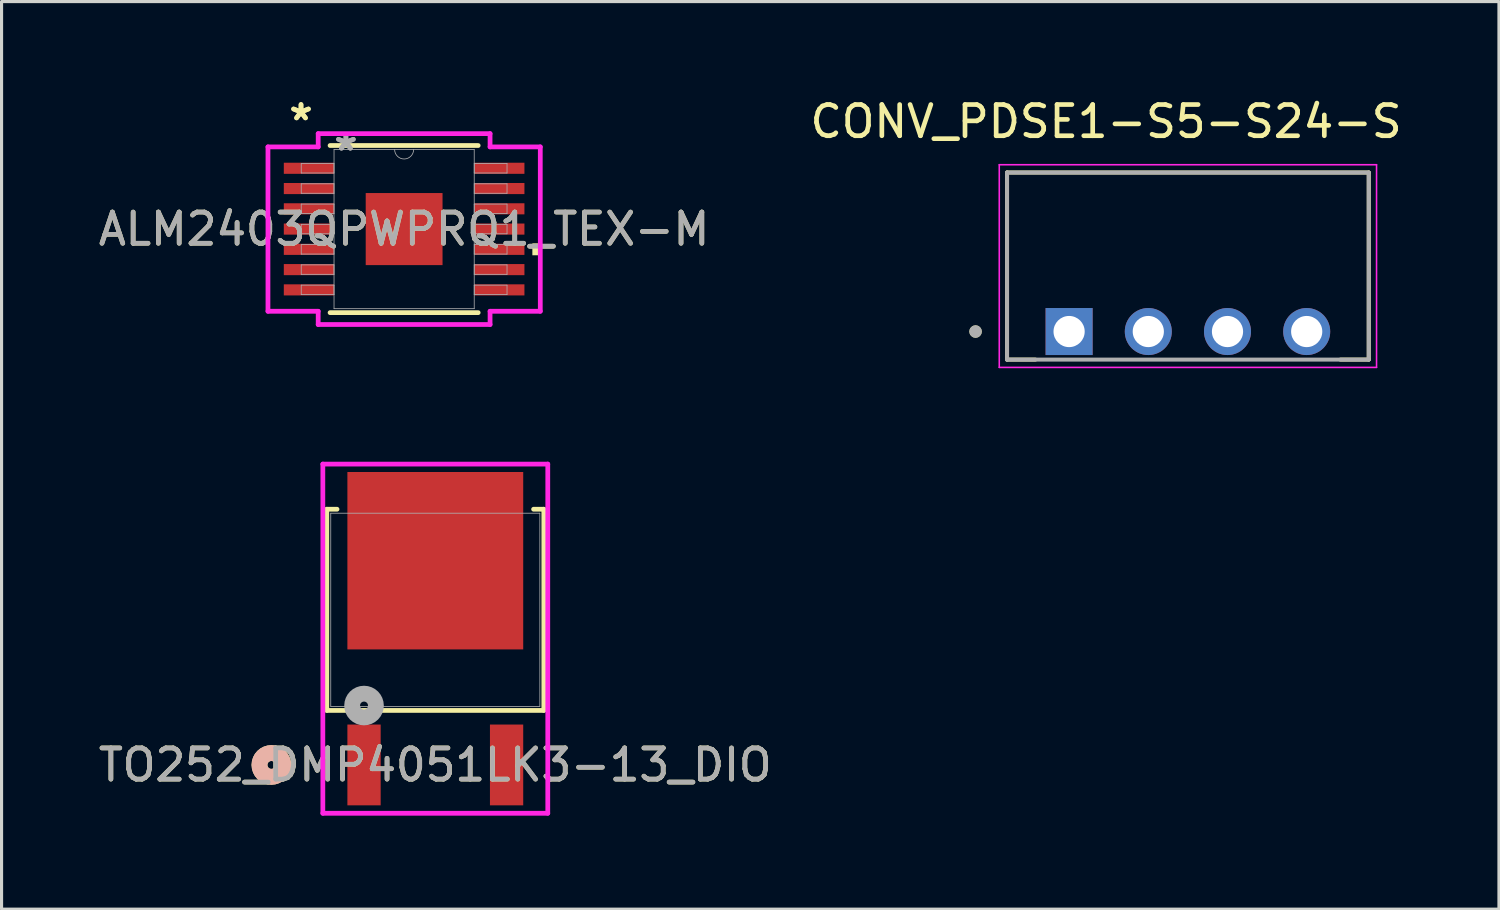
<source format=kicad_pcb>
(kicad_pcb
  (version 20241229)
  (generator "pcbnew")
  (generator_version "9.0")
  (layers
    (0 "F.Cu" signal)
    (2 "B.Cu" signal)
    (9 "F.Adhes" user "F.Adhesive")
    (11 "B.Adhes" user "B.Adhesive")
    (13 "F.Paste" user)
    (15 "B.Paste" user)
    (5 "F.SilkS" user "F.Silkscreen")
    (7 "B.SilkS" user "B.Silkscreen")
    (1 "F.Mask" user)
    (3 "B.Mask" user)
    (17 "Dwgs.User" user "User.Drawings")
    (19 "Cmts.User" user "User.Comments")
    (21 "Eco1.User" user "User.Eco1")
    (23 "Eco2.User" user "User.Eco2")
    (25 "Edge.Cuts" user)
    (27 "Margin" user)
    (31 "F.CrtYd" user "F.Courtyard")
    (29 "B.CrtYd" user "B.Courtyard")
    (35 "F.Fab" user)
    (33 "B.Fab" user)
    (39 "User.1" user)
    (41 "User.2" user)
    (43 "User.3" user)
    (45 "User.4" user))
  (footprint "ALM2403QPWPRQ1_TEX-M"
    (layer "F.Cu")
    (at 9.911 4.297)
    (property "Reference" "ALM2403QPWPRQ1_TEX-M" (at 0 0 0) (unlocked yes) (layer "F.SilkS") (effects (font (size 1 1) (thickness 0.15))))
    (attr smd)
    (fp_line (start -2.375 2.68) (end 2.375 2.68) (stroke (width 0.152) (type solid)) (layer "F.SilkS"))
    (fp_line (start 2.375 -2.68) (end -2.375 -2.68) (stroke (width 0.152) (type solid)) (layer "F.SilkS"))
    (fp_poly (pts (xy 4.367 0.459) (xy 4.367 0.84) (xy 4.113 0.84) (xy 4.113 0.459)) (stroke (width 0) (type solid)) (fill yes) (layer "F.SilkS"))
    (fp_line (start -4.367 -2.636) (end -2.756 -2.636) (stroke (width 0.152) (type solid)) (layer "F.CrtYd"))
    (fp_line (start -4.367 2.636) (end -4.367 -2.636) (stroke (width 0.152) (type solid)) (layer "F.CrtYd"))
    (fp_line (start -4.367 2.636) (end -2.756 2.636) (stroke (width 0.152) (type solid)) (layer "F.CrtYd"))
    (fp_line (start -2.756 -3.061) (end 2.756 -3.061) (stroke (width 0.152) (type solid)) (layer "F.CrtYd"))
    (fp_line (start -2.756 -2.636) (end -2.756 -3.061) (stroke (width 0.152) (type solid)) (layer "F.CrtYd"))
    (fp_line (start -2.756 3.061) (end -2.756 2.636) (stroke (width 0.152) (type solid)) (layer "F.CrtYd"))
    (fp_line (start 2.756 -3.061) (end 2.756 -2.636) (stroke (width 0.152) (type solid)) (layer "F.CrtYd"))
    (fp_line (start 2.756 2.636) (end 2.756 3.061) (stroke (width 0.152) (type solid)) (layer "F.CrtYd"))
    (fp_line (start 2.756 3.061) (end -2.756 3.061) (stroke (width 0.152) (type solid)) (layer "F.CrtYd"))
    (fp_line (start 4.367 -2.636) (end 2.756 -2.636) (stroke (width 0.152) (type solid)) (layer "F.CrtYd"))
    (fp_line (start 4.367 -2.636) (end 4.367 2.636) (stroke (width 0.152) (type solid)) (layer "F.CrtYd"))
    (fp_line (start 4.367 2.636) (end 2.756 2.636) (stroke (width 0.152) (type solid)) (layer "F.CrtYd"))
    (fp_line (start -3.3 -2.102) (end -3.3 -1.798) (stroke (width 0.025) (type solid)) (layer "F.Fab"))
    (fp_line (start -3.3 -1.798) (end -2.248 -1.798) (stroke (width 0.025) (type solid)) (layer "F.Fab"))
    (fp_line (start -3.3 -1.452) (end -3.3 -1.148) (stroke (width 0.025) (type solid)) (layer "F.Fab"))
    (fp_line (start -3.3 -1.148) (end -2.248 -1.148) (stroke (width 0.025) (type solid)) (layer "F.Fab"))
    (fp_line (start -3.3 -0.802) (end -3.3 -0.498) (stroke (width 0.025) (type solid)) (layer "F.Fab"))
    (fp_line (start -3.3 -0.498) (end -2.248 -0.498) (stroke (width 0.025) (type solid)) (layer "F.Fab"))
    (fp_line (start -3.3 -0.152) (end -3.3 0.152) (stroke (width 0.025) (type solid)) (layer "F.Fab"))
    (fp_line (start -3.3 0.152) (end -2.248 0.152) (stroke (width 0.025) (type solid)) (layer "F.Fab"))
    (fp_line (start -3.3 0.498) (end -3.3 0.802) (stroke (width 0.025) (type solid)) (layer "F.Fab"))
    (fp_line (start -3.3 0.802) (end -2.248 0.802) (stroke (width 0.025) (type solid)) (layer "F.Fab"))
    (fp_line (start -3.3 1.148) (end -3.3 1.452) (stroke (width 0.025) (type solid)) (layer "F.Fab"))
    (fp_line (start -3.3 1.452) (end -2.248 1.452) (stroke (width 0.025) (type solid)) (layer "F.Fab"))
    (fp_line (start -3.3 1.798) (end -3.3 2.102) (stroke (width 0.025) (type solid)) (layer "F.Fab"))
    (fp_line (start -3.3 2.102) (end -2.248 2.102) (stroke (width 0.025) (type solid)) (layer "F.Fab"))
    (fp_line (start -2.248 -2.553) (end -2.248 2.553) (stroke (width 0.025) (type solid)) (layer "F.Fab"))
    (fp_line (start -2.248 -2.102) (end -3.3 -2.102) (stroke (width 0.025) (type solid)) (layer "F.Fab"))
    (fp_line (start -2.248 -1.798) (end -2.248 -2.102) (stroke (width 0.025) (type solid)) (layer "F.Fab"))
    (fp_line (start -2.248 -1.452) (end -3.3 -1.452) (stroke (width 0.025) (type solid)) (layer "F.Fab"))
    (fp_line (start -2.248 -1.148) (end -2.248 -1.452) (stroke (width 0.025) (type solid)) (layer "F.Fab"))
    (fp_line (start -2.248 -0.802) (end -3.3 -0.802) (stroke (width 0.025) (type solid)) (layer "F.Fab"))
    (fp_line (start -2.248 -0.498) (end -2.248 -0.802) (stroke (width 0.025) (type solid)) (layer "F.Fab"))
    (fp_line (start -2.248 -0.152) (end -3.3 -0.152) (stroke (width 0.025) (type solid)) (layer "F.Fab"))
    (fp_line (start -2.248 0.152) (end -2.248 -0.152) (stroke (width 0.025) (type solid)) (layer "F.Fab"))
    (fp_line (start -2.248 0.498) (end -3.3 0.498) (stroke (width 0.025) (type solid)) (layer "F.Fab"))
    (fp_line (start -2.248 0.802) (end -2.248 0.498) (stroke (width 0.025) (type solid)) (layer "F.Fab"))
    (fp_line (start -2.248 1.148) (end -3.3 1.148) (stroke (width 0.025) (type solid)) (layer "F.Fab"))
    (fp_line (start -2.248 1.452) (end -2.248 1.148) (stroke (width 0.025) (type solid)) (layer "F.Fab"))
    (fp_line (start -2.248 1.798) (end -3.3 1.798) (stroke (width 0.025) (type solid)) (layer "F.Fab"))
    (fp_line (start -2.248 2.102) (end -2.248 1.798) (stroke (width 0.025) (type solid)) (layer "F.Fab"))
    (fp_line (start -2.248 2.553) (end 2.248 2.553) (stroke (width 0.025) (type solid)) (layer "F.Fab"))
    (fp_line (start 2.248 -2.553) (end -2.248 -2.553) (stroke (width 0.025) (type solid)) (layer "F.Fab"))
    (fp_line (start 2.248 -2.102) (end 2.248 -1.798) (stroke (width 0.025) (type solid)) (layer "F.Fab"))
    (fp_line (start 2.248 -1.798) (end 3.3 -1.798) (stroke (width 0.025) (type solid)) (layer "F.Fab"))
    (fp_line (start 2.248 -1.452) (end 2.248 -1.148) (stroke (width 0.025) (type solid)) (layer "F.Fab"))
    (fp_line (start 2.248 -1.148) (end 3.3 -1.148) (stroke (width 0.025) (type solid)) (layer "F.Fab"))
    (fp_line (start 2.248 -0.802) (end 2.248 -0.498) (stroke (width 0.025) (type solid)) (layer "F.Fab"))
    (fp_line (start 2.248 -0.498) (end 3.3 -0.498) (stroke (width 0.025) (type solid)) (layer "F.Fab"))
    (fp_line (start 2.248 -0.152) (end 2.248 0.152) (stroke (width 0.025) (type solid)) (layer "F.Fab"))
    (fp_line (start 2.248 0.152) (end 3.3 0.152) (stroke (width 0.025) (type solid)) (layer "F.Fab"))
    (fp_line (start 2.248 0.498) (end 2.248 0.802) (stroke (width 0.025) (type solid)) (layer "F.Fab"))
    (fp_line (start 2.248 0.802) (end 3.3 0.802) (stroke (width 0.025) (type solid)) (layer "F.Fab"))
    (fp_line (start 2.248 1.148) (end 2.248 1.452) (stroke (width 0.025) (type solid)) (layer "F.Fab"))
    (fp_line (start 2.248 1.452) (end 3.3 1.452) (stroke (width 0.025) (type solid)) (layer "F.Fab"))
    (fp_line (start 2.248 1.798) (end 2.248 2.102) (stroke (width 0.025) (type solid)) (layer "F.Fab"))
    (fp_line (start 2.248 2.102) (end 3.3 2.102) (stroke (width 0.025) (type solid)) (layer "F.Fab"))
    (fp_line (start 2.248 2.553) (end 2.248 -2.553) (stroke (width 0.025) (type solid)) (layer "F.Fab"))
    (fp_line (start 3.3 -2.102) (end 2.248 -2.102) (stroke (width 0.025) (type solid)) (layer "F.Fab"))
    (fp_line (start 3.3 -1.798) (end 3.3 -2.102) (stroke (width 0.025) (type solid)) (layer "F.Fab"))
    (fp_line (start 3.3 -1.452) (end 2.248 -1.452) (stroke (width 0.025) (type solid)) (layer "F.Fab"))
    (fp_line (start 3.3 -1.148) (end 3.3 -1.452) (stroke (width 0.025) (type solid)) (layer "F.Fab"))
    (fp_line (start 3.3 -0.802) (end 2.248 -0.802) (stroke (width 0.025) (type solid)) (layer "F.Fab"))
    (fp_line (start 3.3 -0.498) (end 3.3 -0.802) (stroke (width 0.025) (type solid)) (layer "F.Fab"))
    (fp_line (start 3.3 -0.152) (end 2.248 -0.152) (stroke (width 0.025) (type solid)) (layer "F.Fab"))
    (fp_line (start 3.3 0.152) (end 3.3 -0.152) (stroke (width 0.025) (type solid)) (layer "F.Fab"))
    (fp_line (start 3.3 0.498) (end 2.248 0.498) (stroke (width 0.025) (type solid)) (layer "F.Fab"))
    (fp_line (start 3.3 0.802) (end 3.3 0.498) (stroke (width 0.025) (type solid)) (layer "F.Fab"))
    (fp_line (start 3.3 1.148) (end 2.248 1.148) (stroke (width 0.025) (type solid)) (layer "F.Fab"))
    (fp_line (start 3.3 1.452) (end 3.3 1.148) (stroke (width 0.025) (type solid)) (layer "F.Fab"))
    (fp_line (start 3.3 1.798) (end 2.248 1.798) (stroke (width 0.025) (type solid)) (layer "F.Fab"))
    (fp_line (start 3.3 2.102) (end 3.3 1.798) (stroke (width 0.025) (type solid)) (layer "F.Fab"))
    (fp_arc (start 0.3048 -2.5527) (mid 0 -2.2479) (end -0.3048 -2.5527) (stroke (width 0.0254) (type solid)) (layer "F.Fab"))
    (fp_text user "*" (at -3.307 -3.449 0) (unlocked yes) (layer "F.SilkS") (effects (font (size 1 1) (thickness 0.15))))
    (fp_text user "*" (at -3.307 -3.449 0) (layer "F.SilkS") (effects (font (size 1 1) (thickness 0.15))))
    (fp_text user "*" (at -1.867 -2.477 0) (layer "F.Fab") (effects (font (size 1 1) (thickness 0.15))))
    (fp_text user "*" (at -1.867 -2.477 0) (unlocked yes) (layer "F.Fab") (effects (font (size 1 1) (thickness 0.15))))
    (fp_text user "${REFERENCE}" (at 0 0 0) (unlocked yes) (layer "F.Fab") (effects (font (size 1 1) (thickness 0.15))))
    (pad "1" smd rect (at -3.053 -1.95) (size 1.611 0.356) (layers "F.Cu" "F.Mask" "F.Paste"))
    (pad "2" smd rect (at -3.053 -1.3) (size 1.611 0.356) (layers "F.Cu" "F.Mask" "F.Paste"))
    (pad "3" smd rect (at -3.053 -0.65) (size 1.611 0.356) (layers "F.Cu" "F.Mask" "F.Paste"))
    (pad "4" smd rect (at -3.053 0) (size 1.611 0.356) (layers "F.Cu" "F.Mask" "F.Paste"))
    (pad "5" smd rect (at -3.053 0.65) (size 1.611 0.356) (layers "F.Cu" "F.Mask" "F.Paste"))
    (pad "6" smd rect (at -3.053 1.3) (size 1.611 0.356) (layers "F.Cu" "F.Mask" "F.Paste"))
    (pad "7" smd rect (at -3.053 1.95) (size 1.611 0.356) (layers "F.Cu" "F.Mask" "F.Paste"))
    (pad "8" smd rect (at 3.053 1.95) (size 1.611 0.356) (layers "F.Cu" "F.Mask" "F.Paste"))
    (pad "9" smd rect (at 3.053 1.3) (size 1.611 0.356) (layers "F.Cu" "F.Mask" "F.Paste"))
    (pad "10" smd rect (at 3.053 0.65) (size 1.611 0.356) (layers "F.Cu" "F.Mask" "F.Paste"))
    (pad "11" smd rect (at 3.053 0) (size 1.611 0.356) (layers "F.Cu" "F.Mask" "F.Paste"))
    (pad "12" smd rect (at 3.053 -0.65) (size 1.611 0.356) (layers "F.Cu" "F.Mask" "F.Paste"))
    (pad "13" smd rect (at 3.053 -1.3) (size 1.611 0.356) (layers "F.Cu" "F.Mask" "F.Paste"))
    (pad "14" smd rect (at 3.053 -1.95) (size 1.611 0.356) (layers "F.Cu" "F.Mask" "F.Paste"))
    (pad "EPAD" smd rect (at 0 0) (size 2.464 2.311) (layers "F.Cu" "F.Mask" "F.Paste")))
  (footprint "TO252_DMP4051LK3-13_DIO"
    (layer "F.Cu")
    (at 10.911 16.508)
    (property "Reference" "TO252_DMP4051LK3-13_DIO" (at 0 4.975 0) (unlocked yes) (layer "F.SilkS") (effects (font (size 1 1) (thickness 0.15))))
    (attr smd)
    (fp_line (start -3.48 -3.226) (end -3.48 3.226) (stroke (width 0.152) (type solid)) (layer "F.SilkS"))
    (fp_line (start -3.48 3.226) (end 3.48 3.226) (stroke (width 0.152) (type solid)) (layer "F.SilkS"))
    (fp_line (start -3.152 -3.226) (end -3.48 -3.226) (stroke (width 0.152) (type solid)) (layer "F.SilkS"))
    (fp_line (start 3.48 -3.226) (end 3.152 -3.226) (stroke (width 0.152) (type solid)) (layer "F.SilkS"))
    (fp_line (start 3.48 3.226) (end 3.48 -3.226) (stroke (width 0.152) (type solid)) (layer "F.SilkS"))
    (fp_circle (center -5.258 4.975) (end -4.877 4.975) (stroke (width 0.508) (type solid)) (fill no) (layer "F.SilkS"))
    (fp_circle (center -5.258 4.975) (end -4.877 4.975) (stroke (width 0.508) (type solid)) (fill no) (layer "B.SilkS"))
    (fp_line (start -3.607 -4.674) (end -3.607 6.525) (stroke (width 0.152) (type solid)) (layer "F.CrtYd"))
    (fp_line (start -3.607 6.525) (end 3.607 6.525) (stroke (width 0.152) (type solid)) (layer "F.CrtYd"))
    (fp_line (start 3.607 -4.674) (end -3.607 -4.674) (stroke (width 0.152) (type solid)) (layer "F.CrtYd"))
    (fp_line (start 3.607 6.525) (end 3.607 -4.674) (stroke (width 0.152) (type solid)) (layer "F.CrtYd"))
    (fp_line (start -3.353 -3.099) (end -3.353 3.099) (stroke (width 0.025) (type solid)) (layer "F.Fab"))
    (fp_line (start -3.353 3.099) (end 3.353 3.099) (stroke (width 0.025) (type solid)) (layer "F.Fab"))
    (fp_line (start 3.353 -3.099) (end -3.353 -3.099) (stroke (width 0.025) (type solid)) (layer "F.Fab"))
    (fp_line (start 3.353 3.099) (end 3.353 -3.099) (stroke (width 0.025) (type solid)) (layer "F.Fab"))
    (fp_circle (center -2.286 3.07) (end -1.905 3.07) (stroke (width 0.508) (type solid)) (fill no) (layer "F.Fab"))
    (fp_text user "${REFERENCE}" (at 0 4.975 0) (unlocked yes) (layer "F.Fab") (effects (font (size 1 1) (thickness 0.15))))
    (pad "1" smd rect (at -2.286 4.975) (size 1.067 2.591) (layers "F.Cu" "F.Mask" "F.Paste"))
    (pad "2" smd rect (at 2.286 4.975) (size 1.067 2.591) (layers "F.Cu" "F.Mask" "F.Paste"))
    (pad "3" smd rect (at 0 -1.575) (size 5.639 5.69) (layers "F.Cu" "F.Mask" "F.Paste")))
  (footprint "CONV_PDSE1-S5-S24-S"
    (layer "F.Cu")
    (at 35.048 5.483)
    (property "Reference" "CONV_PDSE1-S5-S24-S" (at -2.625 -4.635 0) (layer "F.SilkS") (effects (font (size 1 1) (thickness 0.15))))
    (attr through_hole)
    (fp_line (start -5.8 -3) (end -5.8 3) (stroke (width 0.127) (type solid)) (layer "F.SilkS"))
    (fp_line (start -4.89 3) (end -5.8 3) (stroke (width 0.127) (type solid)) (layer "F.SilkS"))
    (fp_line (start 5.8 -3) (end -5.8 -3) (stroke (width 0.127) (type solid)) (layer "F.SilkS"))
    (fp_line (start 5.8 3) (end 4.89 3) (stroke (width 0.127) (type solid)) (layer "F.SilkS"))
    (fp_line (start 5.8 3) (end 5.8 -3) (stroke (width 0.127) (type solid)) (layer "F.SilkS"))
    (fp_circle (center -6.81 2.1) (end -6.71 2.1) (stroke (width 0.2) (type solid)) (fill no) (layer "F.SilkS"))
    (fp_line (start -6.05 -3.25) (end -6.05 3.25) (stroke (width 0.05) (type solid)) (layer "F.CrtYd"))
    (fp_line (start -6.05 3.25) (end 6.05 3.25) (stroke (width 0.05) (type solid)) (layer "F.CrtYd"))
    (fp_line (start 6.05 -3.25) (end -6.05 -3.25) (stroke (width 0.05) (type solid)) (layer "F.CrtYd"))
    (fp_line (start 6.05 3.25) (end 6.05 -3.25) (stroke (width 0.05) (type solid)) (layer "F.CrtYd"))
    (fp_line (start -5.8 -3) (end -5.8 3) (stroke (width 0.127) (type solid)) (layer "F.Fab"))
    (fp_line (start -5.8 3) (end 5.8 3) (stroke (width 0.127) (type solid)) (layer "F.Fab"))
    (fp_line (start 5.8 -3) (end -5.8 -3) (stroke (width 0.127) (type solid)) (layer "F.Fab"))
    (fp_line (start 5.8 3) (end 5.8 -3) (stroke (width 0.127) (type solid)) (layer "F.Fab"))
    (fp_circle (center -6.81 2.1) (end -6.71 2.1) (stroke (width 0.2) (type solid)) (fill no) (layer "F.Fab"))
    (pad "1" thru_hole rect (at -3.81 2.1) (size 1.508 1.508) (drill 1) (layers "*.Cu" "*.Mask"))
    (pad "2" thru_hole circle (at -1.27 2.1) (size 1.508 1.508) (drill 1) (layers "*.Cu" "*.Mask"))
    (pad "3" thru_hole circle (at 1.27 2.1) (size 1.508 1.508) (drill 1) (layers "*.Cu" "*.Mask"))
    (pad "4" thru_hole circle (at 3.81 2.1) (size 1.508 1.508) (drill 1) (layers "*.Cu" "*.Mask")))
  (gr_rect
    (start -3 -3)
    (end 45.024 26.109)
    (stroke (width 0.1) (type default))
    (fill no)
    (layer "Edge.Cuts")))
</source>
